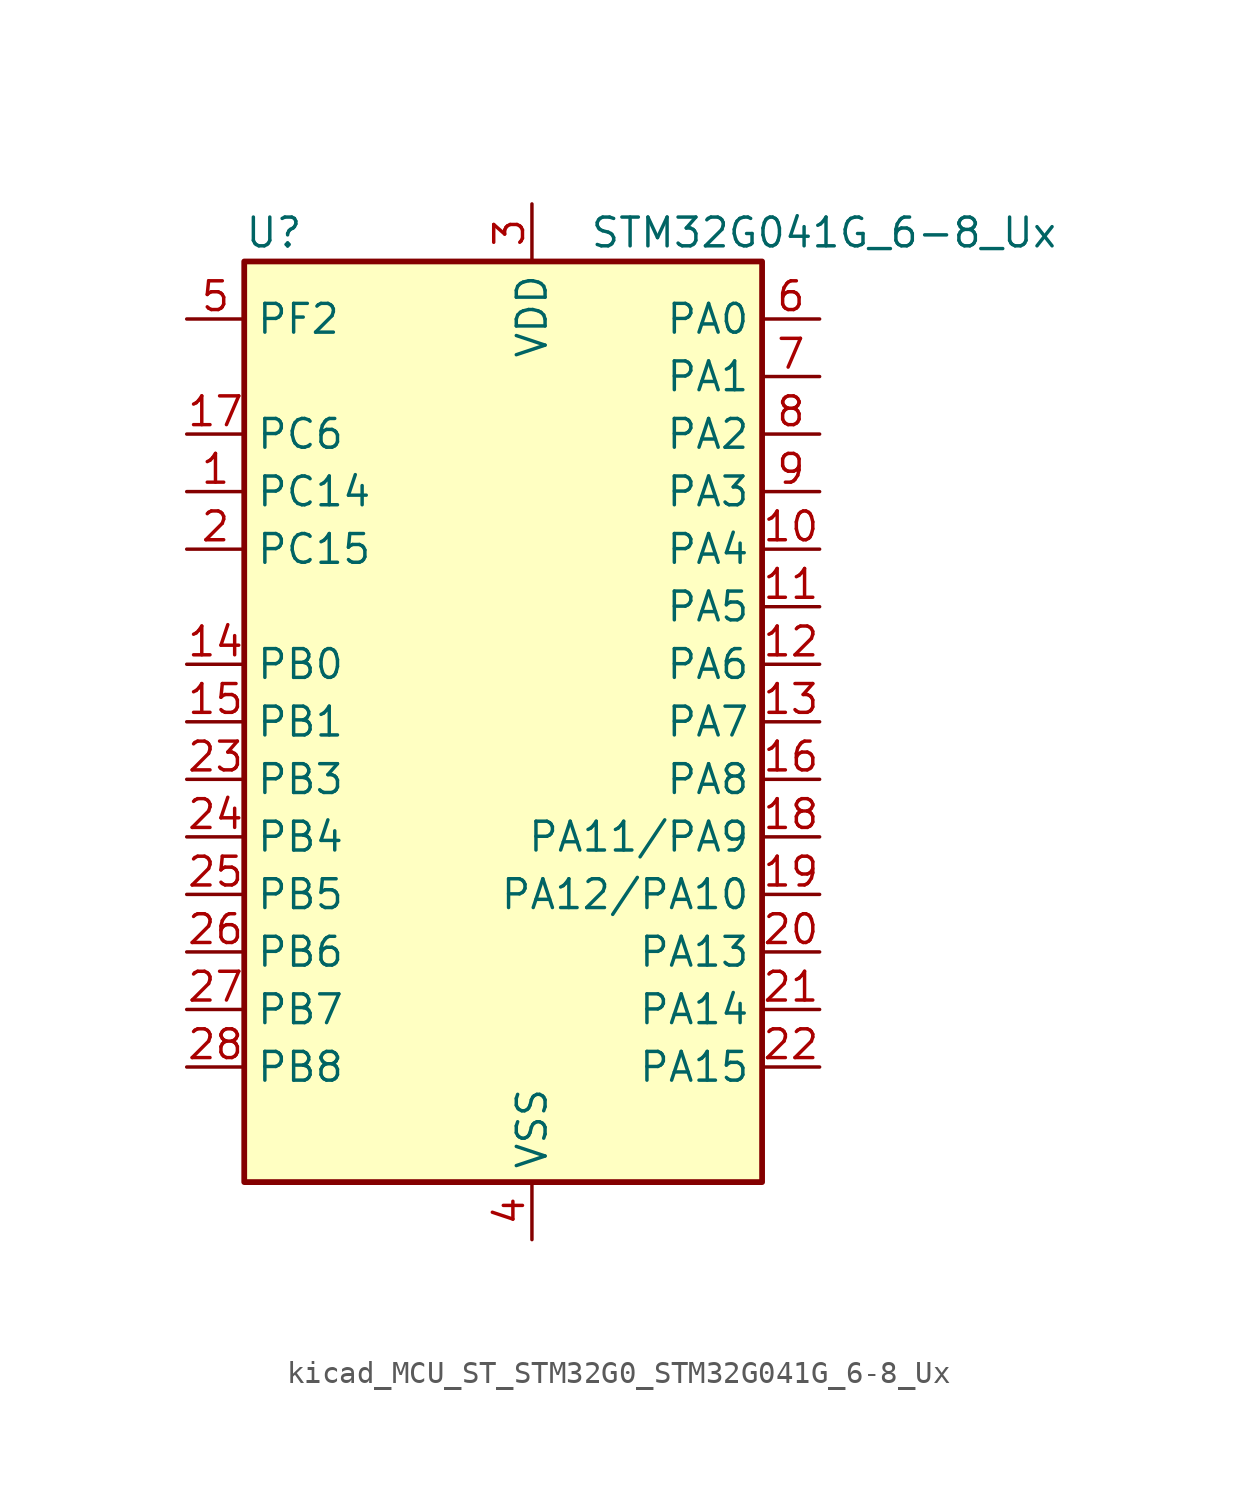
<source format=kicad_sym>
(kicad_symbol_lib
  (version 20220914)
  (generator kicad_symbol_editor)
  (symbol "kicad_MCU_ST_STM32G0_STM32G041G_6-8_Ux"
    (property "Reference" "U"
      (at -10.16 21.59 0)
      (effects (font (size 1.27 1.27)) (justify left)))
    (property "Value" "STM32G041G_6-8_Ux"
      (at 5.08 21.59 0)
      (effects (font (size 1.27 1.27)) (justify left)))
    (property "ki_locked" ""
      (at 0 0 0)
      (effects (font (size 1.27 1.27))))
    (symbol "kicad_MCU_ST_STM32G0_STM32G041G_6-8_Ux_0_1"
      (rectangle (start -10.16 -20.32) (end 12.7 20.32) (stroke (width 0.254) (type default)) (fill (type background))))
    (symbol "kicad_MCU_ST_STM32G0_STM32G041G_6-8_Ux_1_1"
      (pin bidirectional line (at -12.7 10.16 0) (length 2.54) (name "PC14" (effects (font (size 1.27 1.27)))) (number "1" (effects (font (size 1.27 1.27)))) (alternate "RCC_OSC32_IN" bidirectional line) (alternate "RCC_OSC_IN" bidirectional line) (alternate "TIM1_BK2" bidirectional line))
      (pin bidirectional line (at 15.24 7.62 180) (length 2.54) (name "PA4" (effects (font (size 1.27 1.27)))) (number "10" (effects (font (size 1.27 1.27)))) (alternate "ADC1_IN4" bidirectional line) (alternate "I2S1_WS" bidirectional line) (alternate "LPTIM2_OUT" bidirectional line) (alternate "RTC_OUT_ALARM" bidirectional line) (alternate "RTC_OUT_CALIB" bidirectional line) (alternate "RTC_TAMP_IN1" bidirectional line) (alternate "RTC_TS" bidirectional line) (alternate "SPI1_NSS" bidirectional line) (alternate "SPI2_MOSI" bidirectional line) (alternate "SYS_WKUP2" bidirectional line) (alternate "TIM14_CH1" bidirectional line))
      (pin bidirectional line (at 15.24 5.08 180) (length 2.54) (name "PA5" (effects (font (size 1.27 1.27)))) (number "11" (effects (font (size 1.27 1.27)))) (alternate "ADC1_IN5" bidirectional line) (alternate "I2S1_CK" bidirectional line) (alternate "LPTIM2_ETR" bidirectional line) (alternate "SPI1_SCK" bidirectional line) (alternate "TIM2_CH1" bidirectional line) (alternate "TIM2_ETR" bidirectional line))
      (pin bidirectional line (at 15.24 2.54 180) (length 2.54) (name "PA6" (effects (font (size 1.27 1.27)))) (number "12" (effects (font (size 1.27 1.27)))) (alternate "ADC1_IN6" bidirectional line) (alternate "I2S1_MCK" bidirectional line) (alternate "LPUART1_CTS" bidirectional line) (alternate "SPI1_MISO" bidirectional line) (alternate "TIM16_CH1" bidirectional line) (alternate "TIM1_BK" bidirectional line) (alternate "TIM3_CH1" bidirectional line))
      (pin bidirectional line (at 15.24 0 180) (length 2.54) (name "PA7" (effects (font (size 1.27 1.27)))) (number "13" (effects (font (size 1.27 1.27)))) (alternate "ADC1_IN7" bidirectional line) (alternate "I2S1_SD" bidirectional line) (alternate "SPI1_MOSI" bidirectional line) (alternate "TIM14_CH1" bidirectional line) (alternate "TIM17_CH1" bidirectional line) (alternate "TIM1_CH1N" bidirectional line) (alternate "TIM3_CH2" bidirectional line))
      (pin bidirectional line (at -12.7 2.54 0) (length 2.54) (name "PB0" (effects (font (size 1.27 1.27)))) (number "14" (effects (font (size 1.27 1.27)))) (alternate "ADC1_IN8" bidirectional line) (alternate "I2S1_WS" bidirectional line) (alternate "LPTIM1_OUT" bidirectional line) (alternate "SPI1_NSS" bidirectional line) (alternate "TIM1_CH2N" bidirectional line) (alternate "TIM3_CH3" bidirectional line))
      (pin bidirectional line (at -12.7 0 0) (length 2.54) (name "PB1" (effects (font (size 1.27 1.27)))) (number "15" (effects (font (size 1.27 1.27)))) (alternate "ADC1_IN9" bidirectional line) (alternate "LPTIM2_IN1" bidirectional line) (alternate "LPUART1_DE" bidirectional line) (alternate "LPUART1_RTS" bidirectional line) (alternate "TIM14_CH1" bidirectional line) (alternate "TIM1_CH3N" bidirectional line) (alternate "TIM3_CH4" bidirectional line))
      (pin bidirectional line (at 15.24 -2.54 180) (length 2.54) (name "PA8" (effects (font (size 1.27 1.27)))) (number "16" (effects (font (size 1.27 1.27)))) (alternate "LPTIM2_OUT" bidirectional line) (alternate "RCC_MCO" bidirectional line) (alternate "SPI2_NSS" bidirectional line) (alternate "TIM1_CH1" bidirectional line))
      (pin bidirectional line (at -12.7 12.7 0) (length 2.54) (name "PC6" (effects (font (size 1.27 1.27)))) (number "17" (effects (font (size 1.27 1.27)))) (alternate "TIM2_CH3" bidirectional line) (alternate "TIM3_CH1" bidirectional line))
      (pin bidirectional line (at 15.24 -5.08 180) (length 2.54) (name "PA11/PA9" (effects (font (size 1.27 1.27)))) (number "18" (effects (font (size 1.27 1.27)))) (alternate "ADC1_EXTI11" bidirectional line) (alternate "ADC1_IN15" bidirectional line) (alternate "I2C2_SCL" bidirectional line) (alternate "I2S1_MCK" bidirectional line) (alternate "SPI1_MISO" bidirectional line) (alternate "TIM1_BK2" bidirectional line) (alternate "TIM1_CH4" bidirectional line) (alternate "USART1_CTS" bidirectional line) (alternate "USART1_NSS" bidirectional line))
      (pin bidirectional line (at 15.24 -7.62 180) (length 2.54) (name "PA12/PA10" (effects (font (size 1.27 1.27)))) (number "19" (effects (font (size 1.27 1.27)))) (alternate "ADC1_IN16" bidirectional line) (alternate "I2C2_SDA" bidirectional line) (alternate "I2S1_SD" bidirectional line) (alternate "I2S_CKIN" bidirectional line) (alternate "SPI1_MOSI" bidirectional line) (alternate "TIM1_ETR" bidirectional line) (alternate "USART1_CK" bidirectional line) (alternate "USART1_DE" bidirectional line) (alternate "USART1_RTS" bidirectional line))
      (pin bidirectional line (at -12.7 7.62 0) (length 2.54) (name "PC15" (effects (font (size 1.27 1.27)))) (number "2" (effects (font (size 1.27 1.27)))) (alternate "RCC_OSC32_EN" bidirectional line) (alternate "RCC_OSC32_OUT" bidirectional line) (alternate "RCC_OSC_EN" bidirectional line))
      (pin bidirectional line (at 15.24 -10.16 180) (length 2.54) (name "PA13" (effects (font (size 1.27 1.27)))) (number "20" (effects (font (size 1.27 1.27)))) (alternate "ADC1_IN17" bidirectional line) (alternate "IR_OUT" bidirectional line) (alternate "SYS_SWDIO" bidirectional line))
      (pin bidirectional line (at 15.24 -12.7 180) (length 2.54) (name "PA14" (effects (font (size 1.27 1.27)))) (number "21" (effects (font (size 1.27 1.27)))) (alternate "ADC1_IN18" bidirectional line) (alternate "SYS_SWCLK" bidirectional line) (alternate "USART2_TX" bidirectional line))
      (pin bidirectional line (at 15.24 -15.24 180) (length 2.54) (name "PA15" (effects (font (size 1.27 1.27)))) (number "22" (effects (font (size 1.27 1.27)))) (alternate "I2S1_WS" bidirectional line) (alternate "SPI1_NSS" bidirectional line) (alternate "TIM2_CH1" bidirectional line) (alternate "TIM2_ETR" bidirectional line) (alternate "USART2_RX" bidirectional line))
      (pin bidirectional line (at -12.7 -2.54 0) (length 2.54) (name "PB3" (effects (font (size 1.27 1.27)))) (number "23" (effects (font (size 1.27 1.27)))) (alternate "I2S1_CK" bidirectional line) (alternate "SPI1_SCK" bidirectional line) (alternate "TIM1_CH2" bidirectional line) (alternate "TIM2_CH2" bidirectional line) (alternate "USART1_CK" bidirectional line) (alternate "USART1_DE" bidirectional line) (alternate "USART1_RTS" bidirectional line))
      (pin bidirectional line (at -12.7 -5.08 0) (length 2.54) (name "PB4" (effects (font (size 1.27 1.27)))) (number "24" (effects (font (size 1.27 1.27)))) (alternate "I2S1_MCK" bidirectional line) (alternate "SPI1_MISO" bidirectional line) (alternate "TIM17_BK" bidirectional line) (alternate "TIM3_CH1" bidirectional line) (alternate "USART1_CTS" bidirectional line) (alternate "USART1_NSS" bidirectional line))
      (pin bidirectional line (at -12.7 -7.62 0) (length 2.54) (name "PB5" (effects (font (size 1.27 1.27)))) (number "25" (effects (font (size 1.27 1.27)))) (alternate "I2C1_SMBA" bidirectional line) (alternate "I2S1_SD" bidirectional line) (alternate "LPTIM1_IN1" bidirectional line) (alternate "SPI1_MOSI" bidirectional line) (alternate "SYS_WKUP6" bidirectional line) (alternate "TIM16_BK" bidirectional line) (alternate "TIM3_CH2" bidirectional line))
      (pin bidirectional line (at -12.7 -10.16 0) (length 2.54) (name "PB6" (effects (font (size 1.27 1.27)))) (number "26" (effects (font (size 1.27 1.27)))) (alternate "I2C1_SCL" bidirectional line) (alternate "LPTIM1_ETR" bidirectional line) (alternate "SPI2_MISO" bidirectional line) (alternate "TIM16_CH1N" bidirectional line) (alternate "TIM1_CH3" bidirectional line) (alternate "USART1_TX" bidirectional line))
      (pin bidirectional line (at -12.7 -12.7 0) (length 2.54) (name "PB7" (effects (font (size 1.27 1.27)))) (number "27" (effects (font (size 1.27 1.27)))) (alternate "ADC1_IN11" bidirectional line) (alternate "I2C1_SDA" bidirectional line) (alternate "LPTIM1_IN2" bidirectional line) (alternate "SPI2_MOSI" bidirectional line) (alternate "SYS_PVD_IN" bidirectional line) (alternate "TIM17_CH1N" bidirectional line) (alternate "USART1_RX" bidirectional line))
      (pin bidirectional line (at -12.7 -15.24 0) (length 2.54) (name "PB8" (effects (font (size 1.27 1.27)))) (number "28" (effects (font (size 1.27 1.27)))) (alternate "I2C1_SCL" bidirectional line) (alternate "SPI2_SCK" bidirectional line) (alternate "TIM16_CH1" bidirectional line))
      (pin power_in line (at 2.54 22.86 270) (length 2.54) (name "VDD" (effects (font (size 1.27 1.27)))) (number "3" (effects (font (size 1.27 1.27)))))
      (pin power_in line (at 2.54 -22.86 90) (length 2.54) (name "VSS" (effects (font (size 1.27 1.27)))) (number "4" (effects (font (size 1.27 1.27)))))
      (pin bidirectional line (at -12.7 17.78 0) (length 2.54) (name "PF2" (effects (font (size 1.27 1.27)))) (number "5" (effects (font (size 1.27 1.27)))) (alternate "RCC_MCO" bidirectional line))
      (pin bidirectional line (at 15.24 17.78 180) (length 2.54) (name "PA0" (effects (font (size 1.27 1.27)))) (number "6" (effects (font (size 1.27 1.27)))) (alternate "ADC1_IN0" bidirectional line) (alternate "LPTIM1_OUT" bidirectional line) (alternate "RTC_TAMP_IN2" bidirectional line) (alternate "SPI2_SCK" bidirectional line) (alternate "SYS_WKUP1" bidirectional line) (alternate "TIM2_CH1" bidirectional line) (alternate "TIM2_ETR" bidirectional line) (alternate "USART2_CTS" bidirectional line) (alternate "USART2_NSS" bidirectional line))
      (pin bidirectional line (at 15.24 15.24 180) (length 2.54) (name "PA1" (effects (font (size 1.27 1.27)))) (number "7" (effects (font (size 1.27 1.27)))) (alternate "ADC1_IN1" bidirectional line) (alternate "I2C1_SMBA" bidirectional line) (alternate "I2S1_CK" bidirectional line) (alternate "SPI1_SCK" bidirectional line) (alternate "TIM2_CH2" bidirectional line) (alternate "USART2_CK" bidirectional line) (alternate "USART2_DE" bidirectional line) (alternate "USART2_RTS" bidirectional line))
      (pin bidirectional line (at 15.24 12.7 180) (length 2.54) (name "PA2" (effects (font (size 1.27 1.27)))) (number "8" (effects (font (size 1.27 1.27)))) (alternate "ADC1_IN2" bidirectional line) (alternate "I2S1_SD" bidirectional line) (alternate "LPUART1_TX" bidirectional line) (alternate "RCC_LSCO" bidirectional line) (alternate "SPI1_MOSI" bidirectional line) (alternate "SYS_WKUP4" bidirectional line) (alternate "TIM2_CH3" bidirectional line) (alternate "USART2_TX" bidirectional line))
      (pin bidirectional line (at 15.24 10.16 180) (length 2.54) (name "PA3" (effects (font (size 1.27 1.27)))) (number "9" (effects (font (size 1.27 1.27)))) (alternate "ADC1_IN3" bidirectional line) (alternate "LPUART1_RX" bidirectional line) (alternate "SPI2_MISO" bidirectional line) (alternate "TIM2_CH4" bidirectional line) (alternate "USART2_RX" bidirectional line)))))
</source>
